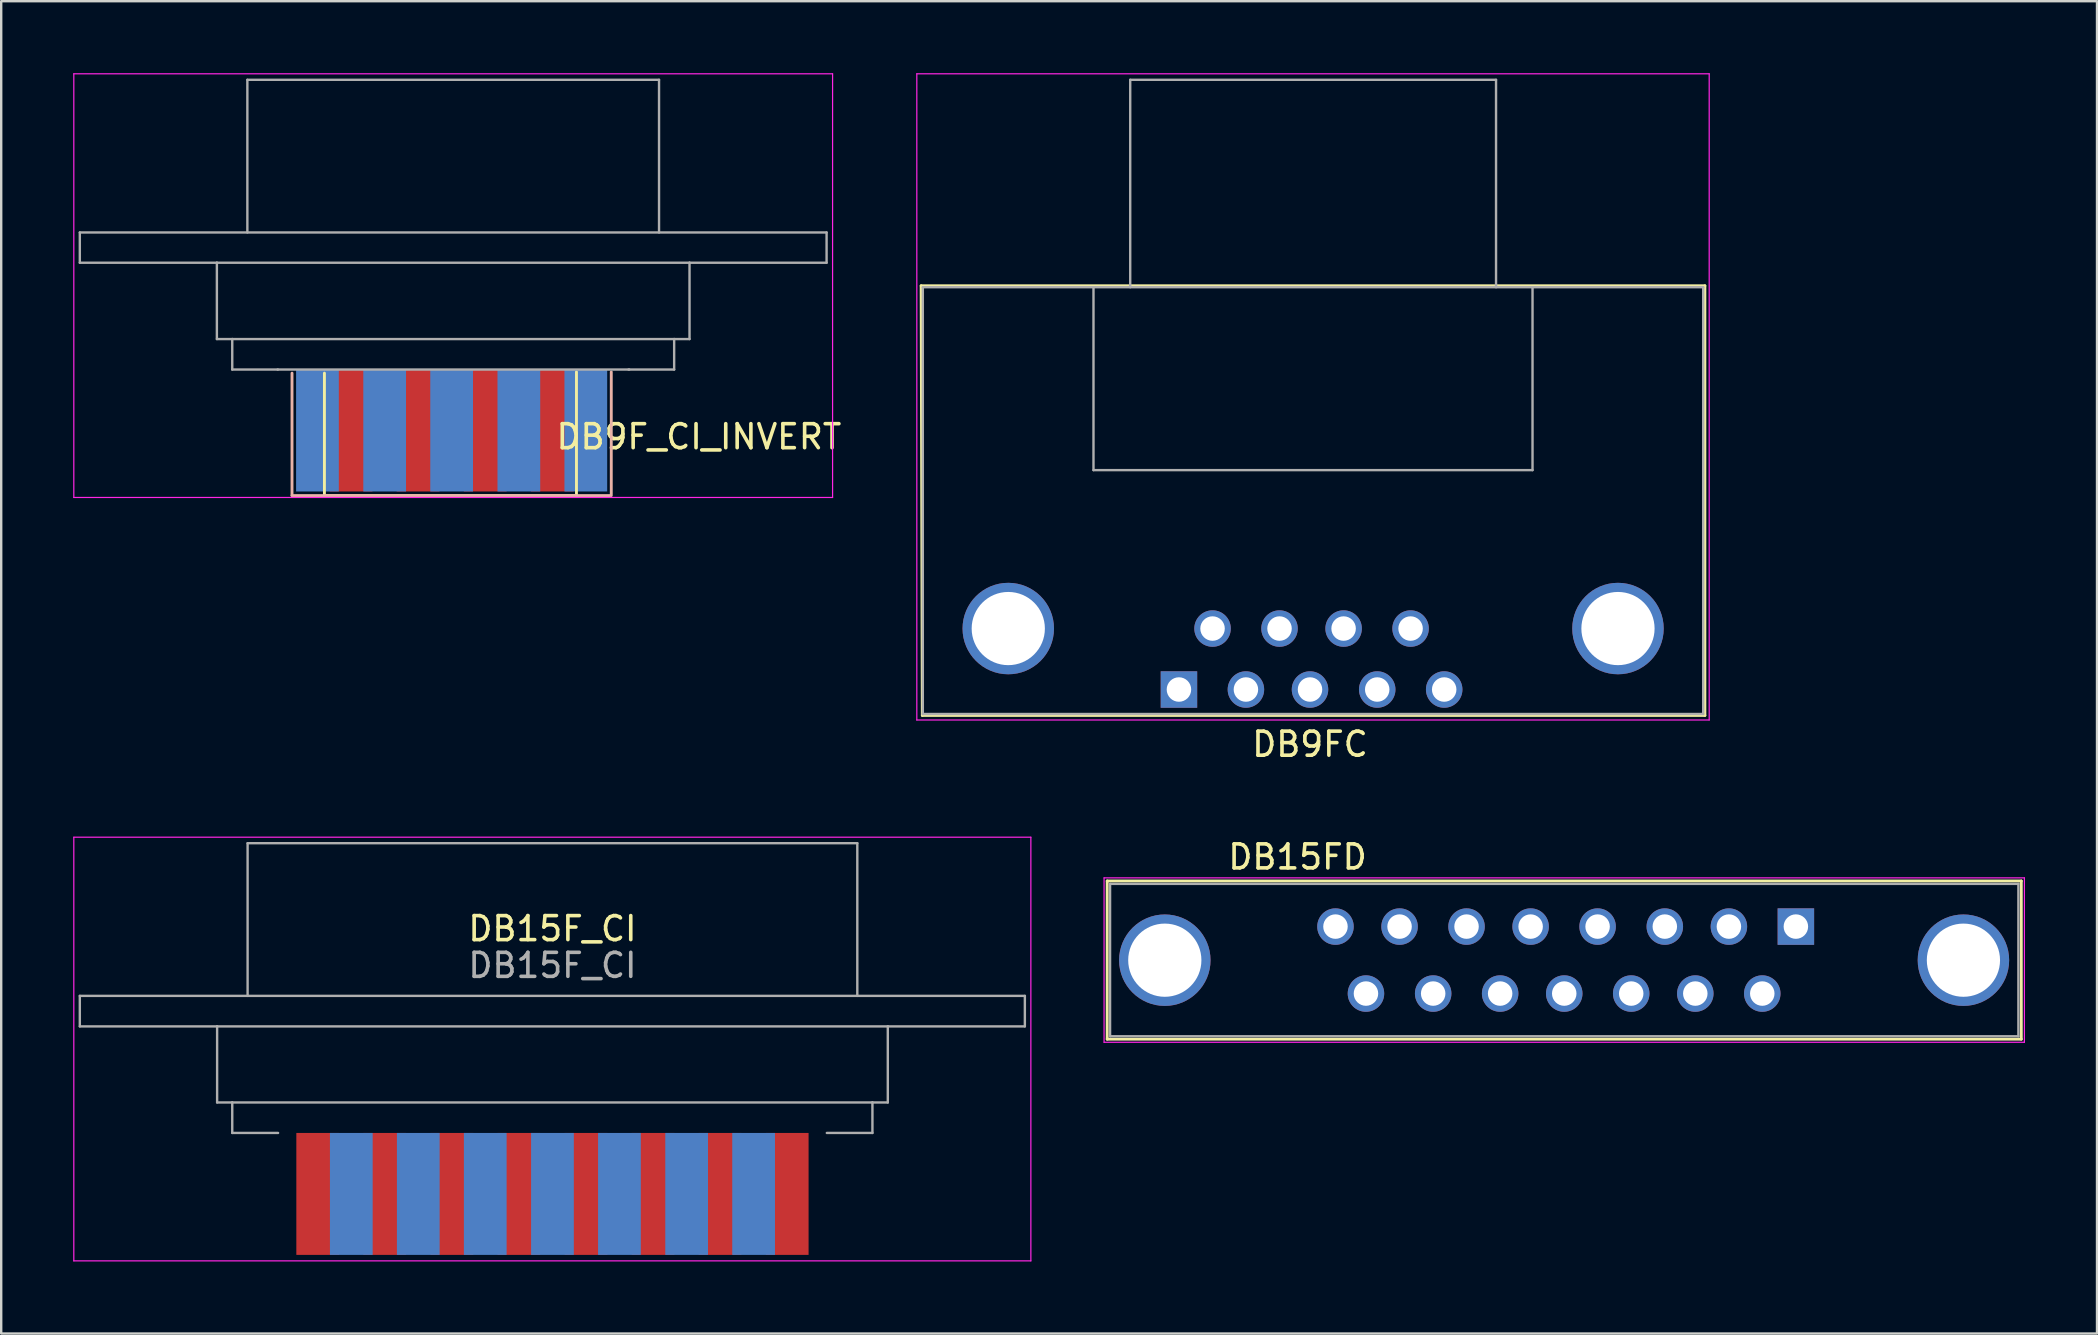
<source format=kicad_pcb>
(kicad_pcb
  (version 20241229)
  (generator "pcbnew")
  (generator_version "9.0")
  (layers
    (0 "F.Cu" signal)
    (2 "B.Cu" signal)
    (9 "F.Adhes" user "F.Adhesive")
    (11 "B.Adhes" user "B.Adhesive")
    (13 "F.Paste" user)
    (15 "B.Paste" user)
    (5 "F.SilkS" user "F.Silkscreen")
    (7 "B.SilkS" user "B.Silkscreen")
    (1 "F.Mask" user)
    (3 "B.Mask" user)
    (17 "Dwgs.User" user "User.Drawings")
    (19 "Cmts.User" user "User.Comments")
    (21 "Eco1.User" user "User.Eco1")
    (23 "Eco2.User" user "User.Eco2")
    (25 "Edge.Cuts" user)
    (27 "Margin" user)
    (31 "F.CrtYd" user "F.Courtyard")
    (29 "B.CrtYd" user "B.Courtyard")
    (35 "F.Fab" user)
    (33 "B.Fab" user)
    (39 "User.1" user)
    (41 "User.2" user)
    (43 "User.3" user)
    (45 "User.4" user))
  (footprint "DB9FC"
    (layer "F.Cu")
    (at 46.064 25.675)
    (property "Reference" "DB9FC" (at 5.46 2.28 0) (layer "F.SilkS") (effects (font (size 1 1) (thickness 0.15))))
    (attr through_hole)
    (fp_line (start -10.74 -16.82) (end -10.69 1.08) (stroke (width 0.12) (type solid)) (layer "F.SilkS"))
    (fp_line (start -10.69 1.08) (end 21.91 1.08) (stroke (width 0.12) (type solid)) (layer "F.SilkS"))
    (fp_line (start 21.91 -16.82) (end -10.74 -16.82) (stroke (width 0.12) (type solid)) (layer "F.SilkS"))
    (fp_line (start 21.91 1.08) (end 21.91 -16.82) (stroke (width 0.12) (type solid)) (layer "F.SilkS"))
    (fp_line (start -10.92 -25.65) (end -10.92 1.27) (stroke (width 0.05) (type solid)) (layer "F.CrtYd"))
    (fp_line (start -10.92 -25.65) (end 22.09 -25.65) (stroke (width 0.05) (type solid)) (layer "F.CrtYd"))
    (fp_line (start 22.09 1.27) (end -10.92 1.27) (stroke (width 0.05) (type solid)) (layer "F.CrtYd"))
    (fp_line (start 22.09 1.27) (end 22.09 -25.65) (stroke (width 0.05) (type solid)) (layer "F.CrtYd"))
    (fp_line (start -10.67 -16.76) (end -10.67 1.02) (stroke (width 0.1) (type solid)) (layer "F.Fab"))
    (fp_line (start -10.67 1.02) (end 21.84 1.02) (stroke (width 0.1) (type solid)) (layer "F.Fab"))
    (fp_line (start -3.56 -16.76) (end -3.56 -9.14) (stroke (width 0.1) (type solid)) (layer "F.Fab"))
    (fp_line (start -3.56 -9.14) (end 14.73 -9.14) (stroke (width 0.1) (type solid)) (layer "F.Fab"))
    (fp_line (start -2.03 -25.4) (end 13.21 -25.4) (stroke (width 0.1) (type solid)) (layer "F.Fab"))
    (fp_line (start -2.03 -16.76) (end -2.03 -25.4) (stroke (width 0.1) (type solid)) (layer "F.Fab"))
    (fp_line (start 13.21 -25.4) (end 13.21 -16.76) (stroke (width 0.1) (type solid)) (layer "F.Fab"))
    (fp_line (start 14.73 -9.14) (end 14.73 -16.76) (stroke (width 0.1) (type solid)) (layer "F.Fab"))
    (fp_line (start 21.84 -16.76) (end -10.67 -16.76) (stroke (width 0.1) (type solid)) (layer "F.Fab"))
    (fp_line (start 21.84 1.02) (end 21.84 -16.76) (stroke (width 0.1) (type solid)) (layer "F.Fab"))
    (pad "" thru_hole circle (at -7.11 -2.54) (size 3.81 3.81) (drill 3.05) (layers "*.Cu" "*.Mask"))
    (pad "" thru_hole circle (at 18.29 -2.54) (size 3.81 3.81) (drill 3.05) (layers "*.Cu" "*.Mask"))
    (pad "1" thru_hole rect (at 0 0) (size 1.52 1.52) (drill 1.02) (layers "*.Cu" "*.Mask"))
    (pad "2" thru_hole circle (at 2.79 0) (size 1.52 1.52) (drill 1.02) (layers "*.Cu" "*.Mask"))
    (pad "3" thru_hole circle (at 5.46 0) (size 1.52 1.52) (drill 1.02) (layers "*.Cu" "*.Mask"))
    (pad "4" thru_hole circle (at 8.26 0) (size 1.52 1.52) (drill 1.02) (layers "*.Cu" "*.Mask"))
    (pad "5" thru_hole circle (at 11.05 0) (size 1.52 1.52) (drill 1.02) (layers "*.Cu" "*.Mask"))
    (pad "6" thru_hole circle (at 1.4 -2.54) (size 1.52 1.52) (drill 1.02) (layers "*.Cu" "*.Mask"))
    (pad "7" thru_hole circle (at 4.19 -2.54) (size 1.52 1.52) (drill 1.02) (layers "*.Cu" "*.Mask"))
    (pad "8" thru_hole circle (at 6.86 -2.54) (size 1.52 1.52) (drill 1.02) (layers "*.Cu" "*.Mask"))
    (pad "9" thru_hole circle (at 9.65 -2.54) (size 1.52 1.52) (drill 1.02) (layers "*.Cu" "*.Mask")))
  (footprint "DB15FD"
    (layer "F.Cu")
    (at 71.765 35.551)
    (property "Reference" "DB15FD" (at -20.76 -2.9 180) (layer "F.SilkS") (effects (font (size 1 1) (thickness 0.15))))
    (attr through_hole)
    (fp_line (start -28.69 -1.9) (end -28.69 4.69) (stroke (width 0.12) (type solid)) (layer "F.SilkS"))
    (fp_line (start -28.69 -1.9) (end 9.39 -1.9) (stroke (width 0.12) (type solid)) (layer "F.SilkS"))
    (fp_line (start 9.39 4.69) (end -28.69 4.69) (stroke (width 0.12) (type solid)) (layer "F.SilkS"))
    (fp_line (start 9.39 4.69) (end 9.39 -1.9) (stroke (width 0.12) (type solid)) (layer "F.SilkS"))
    (fp_line (start -28.82 -2.03) (end -28.82 4.82) (stroke (width 0.05) (type solid)) (layer "F.CrtYd"))
    (fp_line (start -28.82 -2.03) (end 9.52 -2.03) (stroke (width 0.05) (type solid)) (layer "F.CrtYd"))
    (fp_line (start 9.52 4.82) (end -28.82 4.82) (stroke (width 0.05) (type solid)) (layer "F.CrtYd"))
    (fp_line (start 9.52 4.82) (end 9.52 -2.03) (stroke (width 0.05) (type solid)) (layer "F.CrtYd"))
    (fp_line (start -28.57 -1.78) (end -28.57 4.57) (stroke (width 0.1) (type solid)) (layer "F.Fab"))
    (fp_line (start -28.57 4.57) (end 9.27 4.57) (stroke (width 0.1) (type solid)) (layer "F.Fab"))
    (fp_line (start 9.27 -1.78) (end -28.57 -1.78) (stroke (width 0.1) (type solid)) (layer "F.Fab"))
    (fp_line (start 9.27 4.57) (end 9.27 -1.78) (stroke (width 0.1) (type solid)) (layer "F.Fab"))
    (pad "1" thru_hole rect (at 0 0) (size 1.52 1.52) (drill 1.02) (layers "*.Cu" "*.Mask"))
    (pad "2" thru_hole circle (at -2.79 0) (size 1.52 1.52) (drill 1.02) (layers "*.Cu" "*.Mask"))
    (pad "3" thru_hole circle (at -5.46 0) (size 1.52 1.52) (drill 1.02) (layers "*.Cu" "*.Mask"))
    (pad "4" thru_hole circle (at -8.26 0) (size 1.52 1.52) (drill 1.02) (layers "*.Cu" "*.Mask"))
    (pad "5" thru_hole circle (at -11.05 0) (size 1.52 1.52) (drill 1.02) (layers "*.Cu" "*.Mask"))
    (pad "6" thru_hole circle (at -13.72 0) (size 1.52 1.52) (drill 1.02) (layers "*.Cu" "*.Mask"))
    (pad "7" thru_hole circle (at -16.51 0) (size 1.52 1.52) (drill 1.02) (layers "*.Cu" "*.Mask"))
    (pad "8" thru_hole circle (at -19.18 0) (size 1.52 1.52) (drill 1.02) (layers "*.Cu" "*.Mask"))
    (pad "9" thru_hole circle (at -1.4 2.79) (size 1.52 1.52) (drill 1.02) (layers "*.Cu" "*.Mask"))
    (pad "10" thru_hole circle (at -4.19 2.79) (size 1.52 1.52) (drill 1.02) (layers "*.Cu" "*.Mask"))
    (pad "11" thru_hole circle (at -6.86 2.79) (size 1.52 1.52) (drill 1.02) (layers "*.Cu" "*.Mask"))
    (pad "12" thru_hole circle (at -9.65 2.79) (size 1.52 1.52) (drill 1.02) (layers "*.Cu" "*.Mask"))
    (pad "13" thru_hole circle (at -12.32 2.79) (size 1.52 1.52) (drill 1.02) (layers "*.Cu" "*.Mask"))
    (pad "14" thru_hole circle (at -15.11 2.79) (size 1.52 1.52) (drill 1.02) (layers "*.Cu" "*.Mask"))
    (pad "15" thru_hole circle (at -17.91 2.79) (size 1.52 1.52) (drill 1.02) (layers "*.Cu" "*.Mask"))
    (pad "16" thru_hole circle (at -26.29 1.4) (size 3.81 3.81) (drill 3.05) (layers "*.Cu" "*.Mask"))
    (pad "16" thru_hole circle (at 6.98 1.4) (size 3.81 3.81) (drill 3.05) (layers "*.Cu" "*.Mask")))
  (footprint "DB15F_CI"
    (layer "F.Cu")
    (at 10.185 46.688)
    (property "Reference" "DB15F_CI" (at 9.78 -11.05 0) (layer "F.SilkS") (effects (font (size 1 1) (thickness 0.15))))
    (attr through_hole)
    (fp_line (start -10.16 -14.86) (end -10.16 2.79) (stroke (width 0.05) (type solid)) (layer "F.CrtYd"))
    (fp_line (start -10.16 -14.86) (end 29.71 -14.86) (stroke (width 0.05) (type solid)) (layer "F.CrtYd"))
    (fp_line (start 29.71 2.79) (end -10.16 2.79) (stroke (width 0.05) (type solid)) (layer "F.CrtYd"))
    (fp_line (start 29.71 2.79) (end 29.71 -14.86) (stroke (width 0.05) (type solid)) (layer "F.CrtYd"))
    (fp_line (start -9.91 -8.25) (end 29.46 -8.25) (stroke (width 0.1) (type solid)) (layer "F.Fab"))
    (fp_line (start -9.91 -6.98) (end -9.91 -8.25) (stroke (width 0.1) (type solid)) (layer "F.Fab"))
    (fp_line (start -4.19 -6.98) (end -9.91 -6.98) (stroke (width 0.1) (type solid)) (layer "F.Fab"))
    (fp_line (start -4.19 -6.98) (end 23.75 -6.98) (stroke (width 0.1) (type solid)) (layer "F.Fab"))
    (fp_line (start -4.19 -3.81) (end -4.19 -6.98) (stroke (width 0.1) (type solid)) (layer "F.Fab"))
    (fp_line (start -3.56 -3.81) (end -4.19 -3.81) (stroke (width 0.1) (type solid)) (layer "F.Fab"))
    (fp_line (start -3.56 -3.81) (end 23.11 -3.81) (stroke (width 0.1) (type solid)) (layer "F.Fab"))
    (fp_line (start -3.56 -2.54) (end -3.56 -3.81) (stroke (width 0.1) (type solid)) (layer "F.Fab"))
    (fp_line (start -2.92 -14.61) (end 22.48 -14.61) (stroke (width 0.1) (type solid)) (layer "F.Fab"))
    (fp_line (start -2.92 -8.25) (end -2.92 -14.61) (stroke (width 0.1) (type solid)) (layer "F.Fab"))
    (fp_line (start -1.65 -2.54) (end -3.56 -2.54) (stroke (width 0.1) (type solid)) (layer "F.Fab"))
    (fp_line (start 22.48 -14.61) (end 22.48 -8.25) (stroke (width 0.1) (type solid)) (layer "F.Fab"))
    (fp_line (start 23.11 -3.81) (end 23.11 -2.54) (stroke (width 0.1) (type solid)) (layer "F.Fab"))
    (fp_line (start 23.11 -2.54) (end 21.21 -2.54) (stroke (width 0.1) (type solid)) (layer "F.Fab"))
    (fp_line (start 23.75 -6.98) (end 23.75 -3.81) (stroke (width 0.1) (type solid)) (layer "F.Fab"))
    (fp_line (start 23.75 -3.81) (end 23.11 -3.81) (stroke (width 0.1) (type solid)) (layer "F.Fab"))
    (fp_line (start 29.46 -8.25) (end 29.46 -6.98) (stroke (width 0.1) (type solid)) (layer "F.Fab"))
    (fp_line (start 29.46 -6.98) (end 23.75 -6.98) (stroke (width 0.1) (type solid)) (layer "F.Fab"))
    (fp_text user "${REFERENCE}" (at 9.78 -9.52 0) (layer "F.Fab") (effects (font (size 1 1) (thickness 0.15))))
    (pad "1" connect rect (at 0 0) (size 1.78 5.08) (layers "F.Cu" "F.Mask"))
    (pad "2" connect rect (at 2.79 0) (size 1.78 5.08) (layers "F.Cu" "F.Mask"))
    (pad "3" connect rect (at 5.59 0) (size 1.78 5.08) (layers "F.Cu" "F.Mask"))
    (pad "4" connect rect (at 8.38 0) (size 1.78 5.08) (layers "F.Cu" "F.Mask"))
    (pad "5" connect rect (at 11.18 0) (size 1.78 5.08) (layers "F.Cu" "F.Mask"))
    (pad "6" connect rect (at 13.97 0) (size 1.78 5.08) (layers "F.Cu" "F.Mask"))
    (pad "7" connect rect (at 16.76 0) (size 1.78 5.08) (layers "F.Cu" "F.Mask"))
    (pad "8" connect rect (at 19.56 0) (size 1.78 5.08) (layers "F.Cu" "F.Mask"))
    (pad "9" connect rect (at 1.4 0) (size 1.78 5.08) (layers "B.Cu" "B.Mask"))
    (pad "10" connect rect (at 4.19 0) (size 1.78 5.08) (layers "B.Cu" "B.Mask"))
    (pad "11" connect rect (at 6.98 0) (size 1.78 5.08) (layers "B.Cu" "B.Mask"))
    (pad "12" connect rect (at 9.78 0) (size 1.78 5.08) (layers "B.Cu" "B.Mask"))
    (pad "13" connect rect (at 12.57 0) (size 1.78 5.08) (layers "B.Cu" "B.Mask"))
    (pad "14" connect rect (at 15.37 0) (size 1.78 5.08) (layers "B.Cu" "B.Mask"))
    (pad "15" connect rect (at 18.16 0) (size 1.78 5.08) (layers "B.Cu" "B.Mask")))
  (footprint "DB9F_CI_INVERT"
    (layer "F.Cu")
    (at 15.765 14.885)
    (property "Reference" "DB9F_CI_INVERT" (at 10.3 0.26 0) (layer "F.SilkS") (effects (font (size 1 1) (thickness 0.15))))
    (attr smd)
    (fp_line (start -5.3 2.71) (end -5.3 -2.39) (stroke (width 0.12) (type solid)) (layer "F.SilkS"))
    (fp_line (start 5.2 -2.44) (end 5.2 2.71) (stroke (width 0.12) (type solid)) (layer "F.SilkS"))
    (fp_line (start 5.2 2.71) (end -5.3 2.71) (stroke (width 0.12) (type solid)) (layer "F.SilkS"))
    (fp_line (start -6.65 2.71) (end -6.65 -2.39) (stroke (width 0.12) (type solid)) (layer "B.SilkS"))
    (fp_line (start -6.65 2.71) (end 6.6 2.71) (stroke (width 0.12) (type solid)) (layer "B.SilkS"))
    (fp_line (start 6.65 2.71) (end 6.65 -2.44) (stroke (width 0.12) (type solid)) (layer "B.SilkS"))
    (fp_line (start -15.74 -14.86) (end -15.74 2.79) (stroke (width 0.05) (type solid)) (layer "F.CrtYd"))
    (fp_line (start -15.74 -14.86) (end 15.87 -14.86) (stroke (width 0.05) (type solid)) (layer "F.CrtYd"))
    (fp_line (start 15.87 2.79) (end -15.74 2.79) (stroke (width 0.05) (type solid)) (layer "F.CrtYd"))
    (fp_line (start 15.87 2.79) (end 15.87 -14.86) (stroke (width 0.05) (type solid)) (layer "F.CrtYd"))
    (fp_line (start -15.49 -8.25) (end 15.62 -8.25) (stroke (width 0.1) (type solid)) (layer "F.Fab"))
    (fp_line (start -15.49 -6.99) (end -15.49 -8.25) (stroke (width 0.1) (type solid)) (layer "F.Fab"))
    (fp_line (start -9.78 -6.99) (end -15.49 -6.99) (stroke (width 0.1) (type solid)) (layer "F.Fab"))
    (fp_line (start -9.78 -3.81) (end -9.78 -6.99) (stroke (width 0.1) (type solid)) (layer "F.Fab"))
    (fp_line (start -9.14 -3.81) (end -9.78 -3.81) (stroke (width 0.1) (type solid)) (layer "F.Fab"))
    (fp_line (start -9.14 -2.54) (end -9.14 -3.81) (stroke (width 0.1) (type solid)) (layer "F.Fab"))
    (fp_line (start -8.51 -14.61) (end 8.64 -14.61) (stroke (width 0.1) (type solid)) (layer "F.Fab"))
    (fp_line (start -8.51 -8.25) (end -8.51 -14.61) (stroke (width 0.1) (type solid)) (layer "F.Fab"))
    (fp_line (start -7.24 -2.54) (end -9.14 -2.54) (stroke (width 0.1) (type solid)) (layer "F.Fab"))
    (fp_line (start 7.37 -2.54) (end 9.27 -2.54) (stroke (width 0.1) (type solid)) (layer "F.Fab"))
    (fp_line (start 7.4 -2.54) (end -7.25 -2.54) (stroke (width 0.1) (type solid)) (layer "F.Fab"))
    (fp_line (start 8.64 -8.25) (end 8.64 -14.61) (stroke (width 0.1) (type solid)) (layer "F.Fab"))
    (fp_line (start 9.27 -3.81) (end -9.14 -3.81) (stroke (width 0.1) (type solid)) (layer "F.Fab"))
    (fp_line (start 9.27 -2.54) (end 9.27 -3.81) (stroke (width 0.1) (type solid)) (layer "F.Fab"))
    (fp_line (start 9.91 -6.99) (end -9.78 -6.99) (stroke (width 0.1) (type solid)) (layer "F.Fab"))
    (fp_line (start 9.91 -3.81) (end 9.27 -3.81) (stroke (width 0.1) (type solid)) (layer "F.Fab"))
    (fp_line (start 9.91 -3.81) (end 9.91 -6.99) (stroke (width 0.1) (type solid)) (layer "F.Fab"))
    (fp_line (start 15.62 -6.99) (end 9.91 -6.99) (stroke (width 0.1) (type solid)) (layer "F.Fab"))
    (fp_line (start 15.62 -6.99) (end 15.62 -8.25) (stroke (width 0.1) (type solid)) (layer "F.Fab"))
    (pad "1" connect rect (at 5.59 0) (size 1.78 5.08) (layers "B.Cu" "B.Mask"))
    (pad "2" connect rect (at 2.8 0) (size 1.78 5.08) (layers "B.Cu" "B.Mask"))
    (pad "3" connect rect (at 0 0) (size 1.78 5.08) (layers "B.Cu" "B.Mask"))
    (pad "4" connect rect (at -2.79 0) (size 1.78 5.08) (layers "B.Cu" "B.Mask"))
    (pad "5" connect rect (at -5.59 0) (size 1.78 5.08) (layers "B.Cu" "B.Mask"))
    (pad "6" connect rect (at 4.19 0) (size 1.78 5.08) (layers "F.Cu" "F.Mask"))
    (pad "7" connect rect (at 1.4 0) (size 1.78 5.08) (layers "F.Cu" "F.Mask"))
    (pad "8" connect rect (at -1.4 0) (size 1.78 5.08) (layers "F.Cu" "F.Mask"))
    (pad "9" connect rect (at -4.19 0) (size 1.78 5.08) (layers "F.Cu" "F.Mask")))
  (gr_rect
    (start -3 -3)
    (end 84.31 52.503)
    (stroke (width 0.1) (type default))
    (fill no)
    (layer "Edge.Cuts")))
</source>
